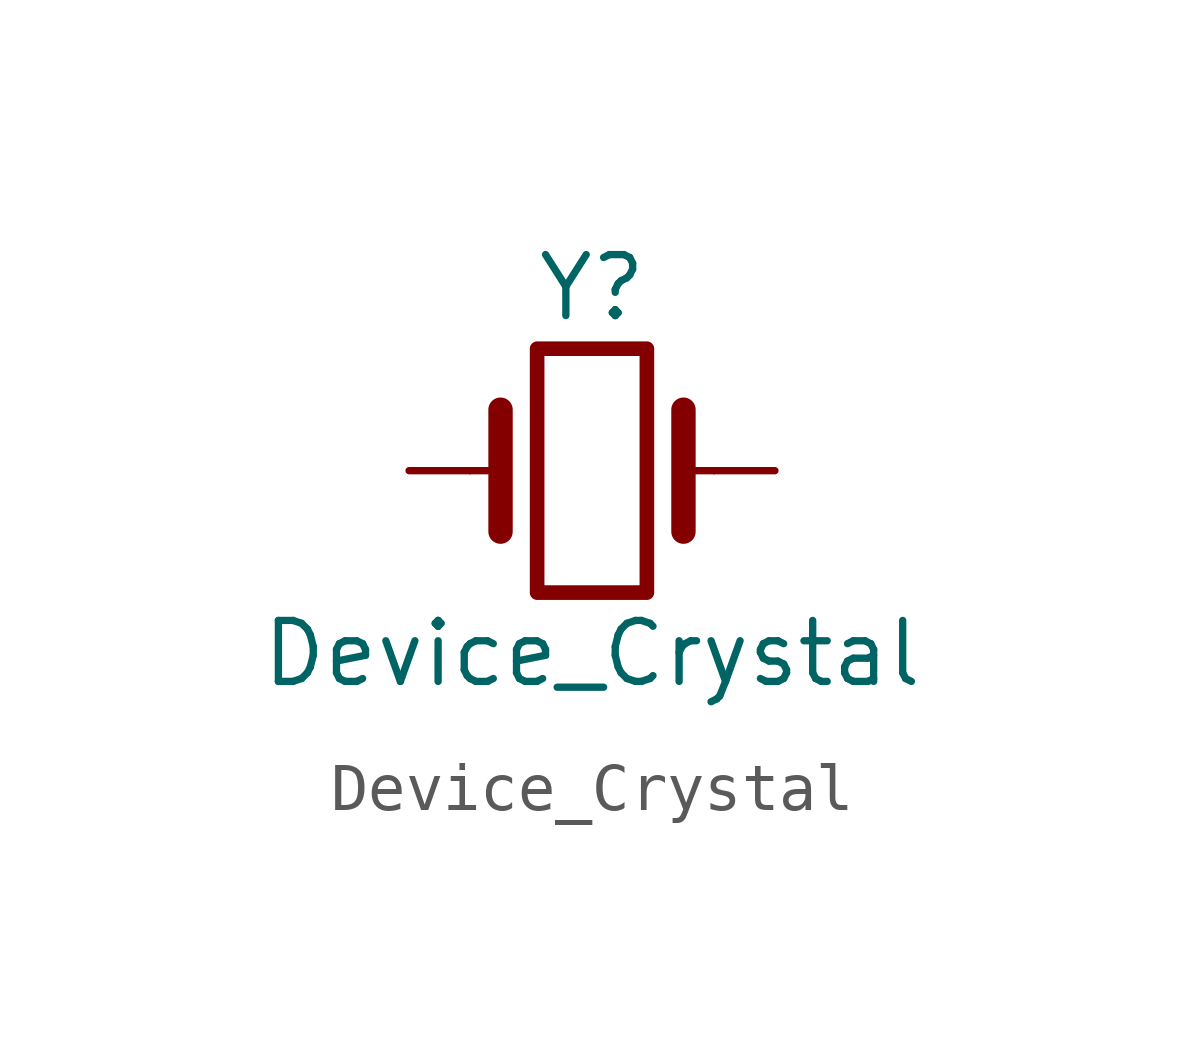
<source format=kicad_sym>
(kicad_symbol_lib
  (version 20220914)
  (generator kicad_symbol_editor)
  (symbol "Device_Crystal"
    (pin_numbers hide)
    (pin_names
      (offset 1.016) hide)
    (property "Reference" "Y"
      (at 0 3.81 0)
      (effects (font (size 1.27 1.27))))
    (property "Value" "Device_Crystal"
      (at 0 -3.81 0)
      (effects (font (size 1.27 1.27))))
    (symbol "Device_Crystal_0_1"
      (rectangle (start -1.143 2.54) (end 1.143 -2.54) (stroke (width 0.305) (type default)) (fill (type none)))
      (polyline (pts (xy -2.54 0) (xy -1.905 0)) (stroke (width 0) (type default)) (fill (type none)))
      (polyline (pts (xy -1.905 -1.27) (xy -1.905 1.27)) (stroke (width 0.508) (type default)) (fill (type none)))
      (polyline (pts (xy 1.905 -1.27) (xy 1.905 1.27)) (stroke (width 0.508) (type default)) (fill (type none)))
      (polyline (pts (xy 2.54 0) (xy 1.905 0)) (stroke (width 0) (type default)) (fill (type none))))
    (symbol "Device_Crystal_1_1"
      (pin passive line (at -3.81 0 0) (length 1.27) (name "1" (effects (font (size 1.27 1.27)))) (number "1" (effects (font (size 1.27 1.27)))))
      (pin passive line (at 3.81 0 180) (length 1.27) (name "2" (effects (font (size 1.27 1.27)))) (number "2" (effects (font (size 1.27 1.27))))))))
</source>
